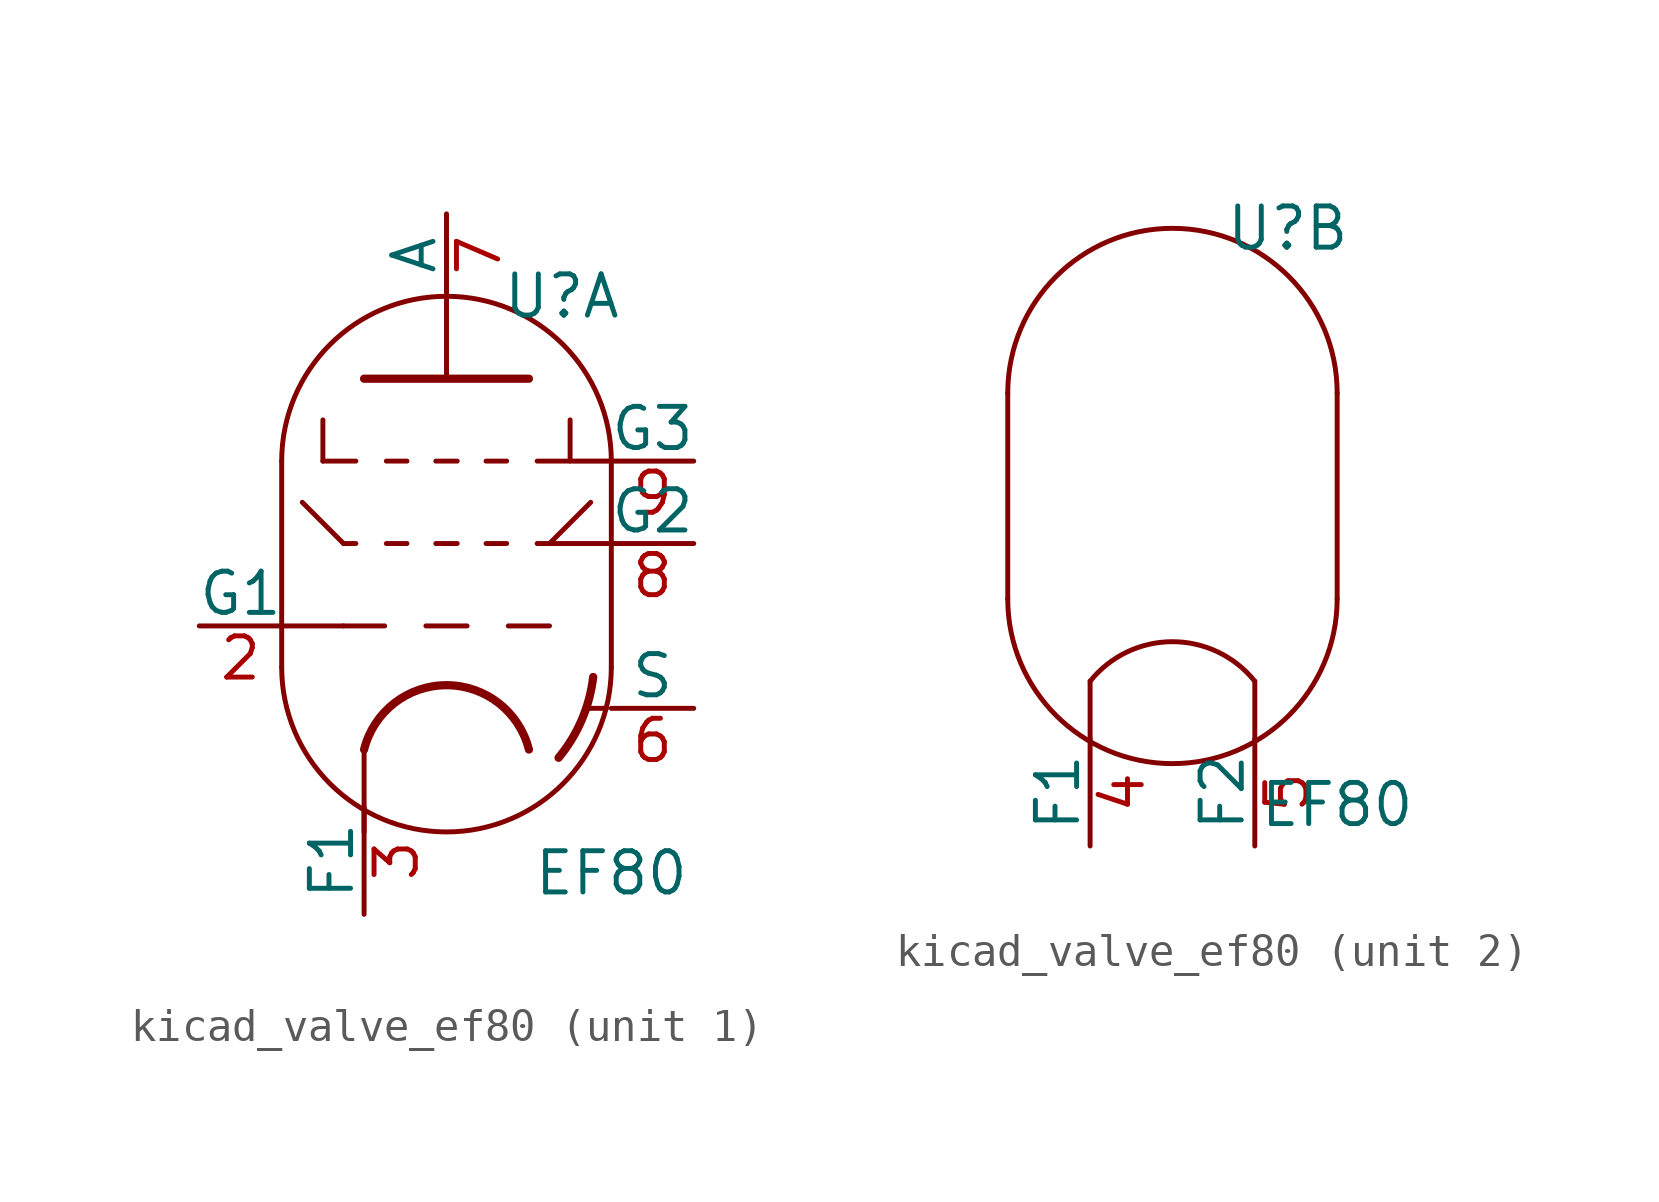
<source format=kicad_sym>
(kicad_symbol_lib
  (version 20220914)
  (generator kicad_symbol_editor)
  (symbol "kicad_valve_ef80"
    (pin_names
      (offset 0))
    (property "Reference" "U"
      (at 3.556 8.89 0)
      (effects (font (size 1.27 1.27))))
    (property "Value" "EF80"
      (at 5.08 -8.89 0)
      (effects (font (size 1.27 1.27))))
    (property "ki_locked" ""
      (at 0 0 0)
      (effects (font (size 1.27 1.27))))
    (symbol "kicad_valve_ef80_0_1"
      (arc (start -5.08 -2.54) (mid 0 -7.5979) (end 5.08 -2.54) (stroke (width 0) (type default)) (fill (type none)))
      (polyline (pts (xy -5.08 3.81) (xy -5.08 -2.54) (xy -5.08 -2.54)) (stroke (width 0) (type default)) (fill (type none)))
      (polyline (pts (xy 5.08 -2.54) (xy 5.08 3.81) (xy 5.08 3.81)) (stroke (width 0) (type default)) (fill (type none)))
      (arc (start 5.08 3.81) (mid 0 8.8679) (end -5.08 3.81) (stroke (width 0) (type default)) (fill (type none))))
    (symbol "kicad_valve_ef80_1_0"
      (polyline (pts (xy -5.08 -1.27) (xy -3.175 -1.27)) (stroke (width 0) (type default)) (fill (type none)))
      (polyline (pts (xy -2.54 -5.08) (xy -2.54 -7.62)) (stroke (width 0) (type default)) (fill (type none)))
      (polyline (pts (xy -0.635 -1.27) (xy 0.635 -1.27)) (stroke (width 0.152) (type default)) (fill (type none)))
      (polyline (pts (xy 0 6.35) (xy 0 8.89)) (stroke (width 0) (type default)) (fill (type none)))
      (polyline (pts (xy 1.905 -1.27) (xy 3.175 -1.27)) (stroke (width 0.152) (type default)) (fill (type none)))
      (polyline (pts (xy 3.175 1.27) (xy 5.08 1.27)) (stroke (width 0) (type default)) (fill (type none)))
      (polyline (pts (xy 3.886 3.81) (xy 5.08 3.81)) (stroke (width 0) (type default)) (fill (type none)))
      (polyline (pts (xy 4.318 -3.785) (xy 4.343 -3.81)) (stroke (width 0) (type default)) (fill (type none)))
      (polyline (pts (xy 4.928 -3.81) (xy 4.343 -3.81)) (stroke (width 0) (type default)) (fill (type none))))
    (symbol "kicad_valve_ef80_1_1"
      (polyline (pts (xy -4.445 2.54) (xy -3.175 1.27)) (stroke (width 0.152) (type default)) (fill (type none)))
      (polyline (pts (xy -3.81 3.81) (xy -2.794 3.81)) (stroke (width 0.152) (type default)) (fill (type none)))
      (polyline (pts (xy -3.81 5.08) (xy -3.81 3.81)) (stroke (width 0.152) (type default)) (fill (type none)))
      (polyline (pts (xy -3.175 1.27) (xy -2.794 1.27)) (stroke (width 0.152) (type default)) (fill (type none)))
      (polyline (pts (xy -1.905 -1.27) (xy -3.175 -1.27)) (stroke (width 0.152) (type default)) (fill (type none)))
      (polyline (pts (xy -1.854 1.27) (xy -1.219 1.27)) (stroke (width 0.152) (type default)) (fill (type none)))
      (polyline (pts (xy -1.854 3.81) (xy -1.219 3.81)) (stroke (width 0.152) (type default)) (fill (type none)))
      (polyline (pts (xy -0.33 1.27) (xy 0.33 1.27)) (stroke (width 0.152) (type default)) (fill (type none)))
      (polyline (pts (xy -0.33 3.81) (xy 0.33 3.81)) (stroke (width 0.152) (type default)) (fill (type none)))
      (polyline (pts (xy 1.219 1.27) (xy 1.854 1.27)) (stroke (width 0.152) (type default)) (fill (type none)))
      (polyline (pts (xy 1.219 3.81) (xy 1.854 3.81)) (stroke (width 0.152) (type default)) (fill (type none)))
      (polyline (pts (xy 2.794 1.27) (xy 3.175 1.27)) (stroke (width 0.152) (type default)) (fill (type none)))
      (polyline (pts (xy 3.81 3.81) (xy 2.794 3.81)) (stroke (width 0.152) (type default)) (fill (type none)))
      (polyline (pts (xy 3.81 5.08) (xy 3.81 3.81)) (stroke (width 0.152) (type default)) (fill (type none)))
      (polyline (pts (xy 4.445 2.54) (xy 3.175 1.27)) (stroke (width 0.152) (type default)) (fill (type none)))
      (polyline (pts (xy -2.54 6.35) (xy 2.54 6.35) (xy 2.54 6.35)) (stroke (width 0.254) (type default)) (fill (type none)))
      (arc (start 2.54 -5.08) (mid 0 -3.0968) (end -2.54 -5.08) (stroke (width 0.254) (type default)) (fill (type none)))
      (arc (start 3.4544 -5.334) (mid 4.168 -4.168) (end 4.5212 -2.8448) (stroke (width 0.254) (type default)) (fill (type none)))
      (pin input line (at -7.62 -1.27 0) (length 2.54) (name "G1" (effects (font (size 1.27 1.27)))) (number "2" (effects (font (size 1.27 1.27)))))
      (pin power_in line (at -2.54 -10.16 90) (length 3.302) (name "F1" (effects (font (size 1.27 1.27)))) (number "3" (effects (font (size 1.27 1.27)))))
      (pin input line (at 7.62 -3.81 180) (length 2.54) (name "S" (effects (font (size 1.27 1.27)))) (number "6" (effects (font (size 1.27 1.27)))))
      (pin output line (at 0 11.43 270) (length 2.54) (name "A" (effects (font (size 1.27 1.27)))) (number "7" (effects (font (size 1.27 1.27)))))
      (pin input line (at 7.62 1.27 180) (length 2.54) (name "G2" (effects (font (size 1.27 1.27)))) (number "8" (effects (font (size 1.27 1.27)))))
      (pin input line (at 7.62 3.81 180) (length 2.54) (name "G3" (effects (font (size 1.27 1.27)))) (number "9" (effects (font (size 1.27 1.27))))))
    (symbol "kicad_valve_ef80_2_1"
      (polyline (pts (xy -2.54 -6.858) (xy -2.54 -5.08) (xy -2.54 -5.08)) (stroke (width 0) (type default)) (fill (type none)))
      (polyline (pts (xy 2.54 -6.858) (xy 2.54 -5.08) (xy 2.54 -5.08)) (stroke (width 0) (type default)) (fill (type none)))
      (arc (start 2.54 -5.08) (mid 0 -3.8592) (end -2.54 -5.08) (stroke (width 0) (type default)) (fill (type none)))
      (pin power_in line (at -2.54 -10.16 90) (length 3.302) (name "F1" (effects (font (size 1.27 1.27)))) (number "4" (effects (font (size 1.27 1.27)))))
      (pin power_in line (at 2.54 -10.16 90) (length 3.302) (name "F2" (effects (font (size 1.27 1.27)))) (number "5" (effects (font (size 1.27 1.27))))))))
</source>
